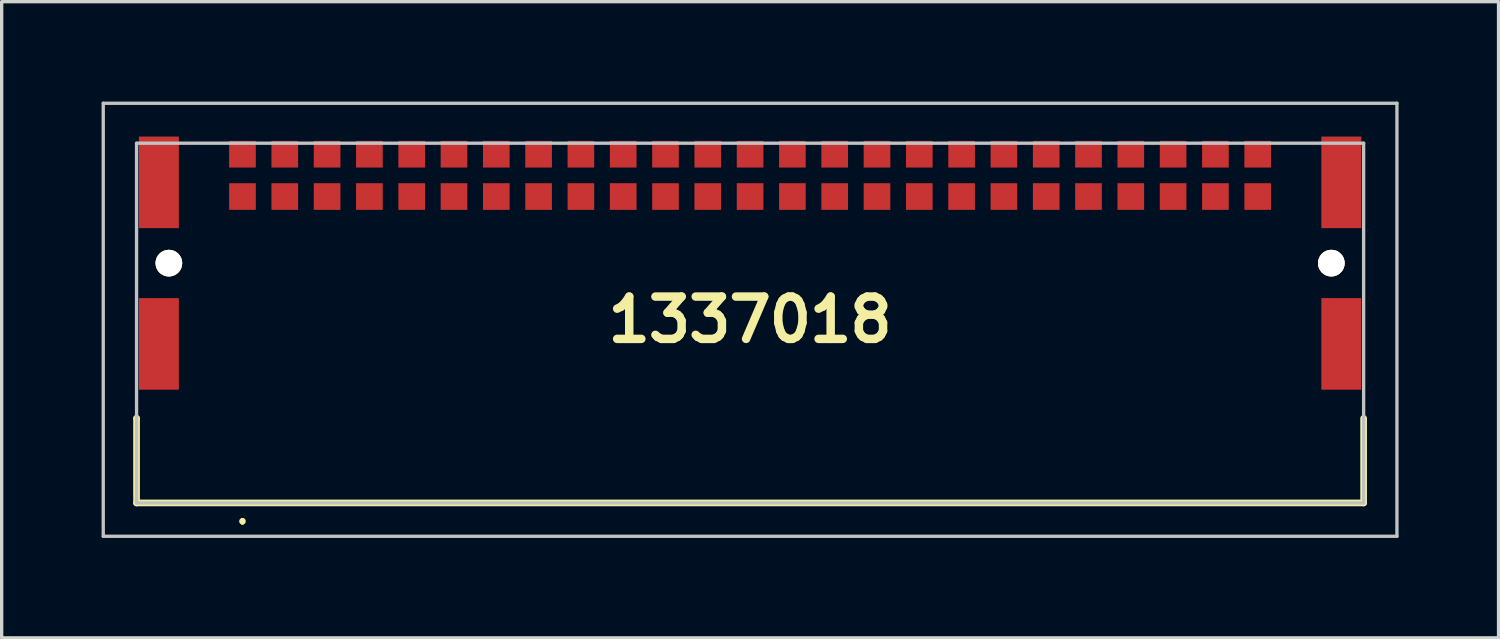
<source format=kicad_pcb>
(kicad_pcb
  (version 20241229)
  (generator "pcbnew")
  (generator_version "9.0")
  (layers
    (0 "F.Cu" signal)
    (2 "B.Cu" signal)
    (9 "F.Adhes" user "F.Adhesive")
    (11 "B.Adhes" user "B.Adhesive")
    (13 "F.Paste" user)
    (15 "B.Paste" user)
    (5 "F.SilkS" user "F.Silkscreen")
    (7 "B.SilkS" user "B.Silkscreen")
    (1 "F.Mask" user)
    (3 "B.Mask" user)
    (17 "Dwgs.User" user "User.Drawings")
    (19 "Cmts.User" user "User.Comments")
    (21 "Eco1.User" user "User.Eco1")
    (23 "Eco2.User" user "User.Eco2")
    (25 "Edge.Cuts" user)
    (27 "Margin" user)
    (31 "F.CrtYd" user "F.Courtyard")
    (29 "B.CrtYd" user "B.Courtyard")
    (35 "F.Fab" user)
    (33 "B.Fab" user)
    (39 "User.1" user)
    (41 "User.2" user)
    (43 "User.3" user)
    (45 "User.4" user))
  (footprint "1337018"
    (layer "F.Cu")
    (at 19.47 6.65)
    (property "Reference" "1337018" (at 0 -0.1 0) (unlocked yes) (layer "F.SilkS") (effects (font (size 1.27 1.27) (thickness 0.254))))
    (attr through_hole exclude_from_pos_files)
    (fp_line (start -18.42 2.86) (end -18.42 2.86) (stroke (width 0.2) (type solid)) (layer "F.SilkS"))
    (fp_line (start -18.42 2.86) (end -18.42 5.4) (stroke (width 0.2) (type solid)) (layer "F.SilkS"))
    (fp_line (start -18.42 5.4) (end 18.42 5.4) (stroke (width 0.2) (type solid)) (layer "F.SilkS"))
    (fp_line (start -15.24 5.9) (end -15.24 5.9) (stroke (width 0.1) (type solid)) (layer "F.SilkS"))
    (fp_line (start -15.24 6) (end -15.24 6) (stroke (width 0.1) (type solid)) (layer "F.SilkS"))
    (fp_line (start 18.42 5.4) (end 18.42 2.86) (stroke (width 0.2) (type solid)) (layer "F.SilkS"))
    (fp_arc (start -15.24 5.9) (mid -15.19 5.95) (end -15.24 6) (stroke (width 0.1) (type solid)) (layer "F.SilkS"))
    (fp_arc (start -15.24 6) (mid -15.29 5.95) (end -15.24 5.9) (stroke (width 0.1) (type solid)) (layer "F.SilkS"))
    (fp_line (start -19.42 -6.6) (end 19.42 -6.6) (stroke (width 0.1) (type solid)) (layer "Dwgs.User"))
    (fp_line (start -19.42 6.4) (end -19.42 -6.6) (stroke (width 0.1) (type solid)) (layer "Dwgs.User"))
    (fp_line (start -18.42 -5.4) (end 18.42 -5.4) (stroke (width 0.1) (type solid)) (layer "Dwgs.User"))
    (fp_line (start -18.42 5.4) (end -18.42 -5.4) (stroke (width 0.1) (type solid)) (layer "Dwgs.User"))
    (fp_line (start 18.42 -5.4) (end 18.42 5.4) (stroke (width 0.1) (type solid)) (layer "Dwgs.User"))
    (fp_line (start 18.42 5.4) (end -18.42 5.4) (stroke (width 0.1) (type solid)) (layer "Dwgs.User"))
    (fp_line (start 19.42 -6.6) (end 19.42 6.4) (stroke (width 0.1) (type solid)) (layer "Dwgs.User"))
    (fp_line (start 19.42 6.4) (end -19.42 6.4) (stroke (width 0.1) (type solid)) (layer "Dwgs.User"))
    (pad "A1" smd rect (at -15.24 -3.8 90) (size 0.8 0.8) (layers "F.Cu" "F.Mask" "F.Paste"))
    (pad "A2" smd rect (at -13.97 -3.8 90) (size 0.8 0.8) (layers "F.Cu" "F.Mask" "F.Paste"))
    (pad "A3" smd rect (at -12.7 -3.8 90) (size 0.8 0.8) (layers "F.Cu" "F.Mask" "F.Paste"))
    (pad "A4" smd rect (at -11.43 -3.8 90) (size 0.8 0.8) (layers "F.Cu" "F.Mask" "F.Paste"))
    (pad "A5" smd rect (at -10.16 -3.8 90) (size 0.8 0.8) (layers "F.Cu" "F.Mask" "F.Paste"))
    (pad "A6" smd rect (at -8.89 -3.8 90) (size 0.8 0.8) (layers "F.Cu" "F.Mask" "F.Paste"))
    (pad "A7" smd rect (at -7.62 -3.8 90) (size 0.8 0.8) (layers "F.Cu" "F.Mask" "F.Paste"))
    (pad "A8" smd rect (at -6.35 -3.8 90) (size 0.8 0.8) (layers "F.Cu" "F.Mask" "F.Paste"))
    (pad "A9" smd rect (at -5.08 -3.8 90) (size 0.8 0.8) (layers "F.Cu" "F.Mask" "F.Paste"))
    (pad "A10" smd rect (at -3.81 -3.8 90) (size 0.8 0.8) (layers "F.Cu" "F.Mask" "F.Paste"))
    (pad "A11" smd rect (at -2.54 -3.8 90) (size 0.8 0.8) (layers "F.Cu" "F.Mask" "F.Paste"))
    (pad "A12" smd rect (at -1.27 -3.8 90) (size 0.8 0.8) (layers "F.Cu" "F.Mask" "F.Paste"))
    (pad "A13" smd rect (at 0 -3.8 90) (size 0.8 0.8) (layers "F.Cu" "F.Mask" "F.Paste"))
    (pad "A14" smd rect (at 1.27 -3.8 90) (size 0.8 0.8) (layers "F.Cu" "F.Mask" "F.Paste"))
    (pad "A15" smd rect (at 2.54 -3.8 90) (size 0.8 0.8) (layers "F.Cu" "F.Mask" "F.Paste"))
    (pad "A16" smd rect (at 3.81 -3.8 90) (size 0.8 0.8) (layers "F.Cu" "F.Mask" "F.Paste"))
    (pad "A17" smd rect (at 5.08 -3.8 90) (size 0.8 0.8) (layers "F.Cu" "F.Mask" "F.Paste"))
    (pad "A18" smd rect (at 6.35 -3.8 90) (size 0.8 0.8) (layers "F.Cu" "F.Mask" "F.Paste"))
    (pad "A19" smd rect (at 7.62 -3.8 90) (size 0.8 0.8) (layers "F.Cu" "F.Mask" "F.Paste"))
    (pad "A20" smd rect (at 8.89 -3.8 90) (size 0.8 0.8) (layers "F.Cu" "F.Mask" "F.Paste"))
    (pad "A21" smd rect (at 10.16 -3.8 90) (size 0.8 0.8) (layers "F.Cu" "F.Mask" "F.Paste"))
    (pad "A22" smd rect (at 11.43 -3.8 90) (size 0.8 0.8) (layers "F.Cu" "F.Mask" "F.Paste"))
    (pad "A23" smd rect (at 12.7 -3.8 90) (size 0.8 0.8) (layers "F.Cu" "F.Mask" "F.Paste"))
    (pad "A24" smd rect (at 13.97 -3.8 90) (size 0.8 0.8) (layers "F.Cu" "F.Mask" "F.Paste"))
    (pad "A25" smd rect (at 15.24 -3.8 90) (size 0.8 0.8) (layers "F.Cu" "F.Mask" "F.Paste"))
    (pad "B1" smd rect (at -15.24 -5.07 90) (size 0.8 0.8) (layers "F.Cu" "F.Mask" "F.Paste"))
    (pad "B2" smd rect (at -13.97 -5.07 90) (size 0.8 0.8) (layers "F.Cu" "F.Mask" "F.Paste"))
    (pad "B3" smd rect (at -12.7 -5.07 90) (size 0.8 0.8) (layers "F.Cu" "F.Mask" "F.Paste"))
    (pad "B4" smd rect (at -11.43 -5.07 90) (size 0.8 0.8) (layers "F.Cu" "F.Mask" "F.Paste"))
    (pad "B5" smd rect (at -10.16 -5.07 90) (size 0.8 0.8) (layers "F.Cu" "F.Mask" "F.Paste"))
    (pad "B6" smd rect (at -8.89 -5.07 90) (size 0.8 0.8) (layers "F.Cu" "F.Mask" "F.Paste"))
    (pad "B7" smd rect (at -7.62 -5.07 90) (size 0.8 0.8) (layers "F.Cu" "F.Mask" "F.Paste"))
    (pad "B8" smd rect (at -6.35 -5.07 90) (size 0.8 0.8) (layers "F.Cu" "F.Mask" "F.Paste"))
    (pad "B9" smd rect (at -5.08 -5.07 90) (size 0.8 0.8) (layers "F.Cu" "F.Mask" "F.Paste"))
    (pad "B10" smd rect (at -3.81 -5.07 90) (size 0.8 0.8) (layers "F.Cu" "F.Mask" "F.Paste"))
    (pad "B11" smd rect (at -2.54 -5.07 90) (size 0.8 0.8) (layers "F.Cu" "F.Mask" "F.Paste"))
    (pad "B12" smd rect (at -1.27 -5.07 90) (size 0.8 0.8) (layers "F.Cu" "F.Mask" "F.Paste"))
    (pad "B13" smd rect (at 0 -5.07 90) (size 0.8 0.8) (layers "F.Cu" "F.Mask" "F.Paste"))
    (pad "B14" smd rect (at 1.27 -5.07 90) (size 0.8 0.8) (layers "F.Cu" "F.Mask" "F.Paste"))
    (pad "B15" smd rect (at 2.54 -5.07 90) (size 0.8 0.8) (layers "F.Cu" "F.Mask" "F.Paste"))
    (pad "B16" smd rect (at 3.81 -5.07 90) (size 0.8 0.8) (layers "F.Cu" "F.Mask" "F.Paste"))
    (pad "B17" smd rect (at 5.08 -5.07 90) (size 0.8 0.8) (layers "F.Cu" "F.Mask" "F.Paste"))
    (pad "B18" smd rect (at 6.35 -5.07 90) (size 0.8 0.8) (layers "F.Cu" "F.Mask" "F.Paste"))
    (pad "B19" smd rect (at 7.62 -5.07 90) (size 0.8 0.8) (layers "F.Cu" "F.Mask" "F.Paste"))
    (pad "B20" smd rect (at 8.89 -5.07 90) (size 0.8 0.8) (layers "F.Cu" "F.Mask" "F.Paste"))
    (pad "B21" smd rect (at 10.16 -5.07 90) (size 0.8 0.8) (layers "F.Cu" "F.Mask" "F.Paste"))
    (pad "B22" smd rect (at 11.43 -5.07 90) (size 0.8 0.8) (layers "F.Cu" "F.Mask" "F.Paste"))
    (pad "B23" smd rect (at 12.7 -5.07 90) (size 0.8 0.8) (layers "F.Cu" "F.Mask" "F.Paste"))
    (pad "B24" smd rect (at 13.97 -5.07 90) (size 0.8 0.8) (layers "F.Cu" "F.Mask" "F.Paste"))
    (pad "B25" smd rect (at 15.24 -5.07 90) (size 0.8 0.8) (layers "F.Cu" "F.Mask" "F.Paste"))
    (pad "MH1" thru_hole circle (at -17.45 -1.8 90) (size 0.8 0.8) (drill 1.6) (layers "*.Cu" "*.Mask" "F.SilkS"))
    (pad "MH2" thru_hole circle (at 17.45 -1.8 90) (size 0.8 0.8) (drill 1.6) (layers "*.Cu" "*.Mask" "F.SilkS"))
    (pad "MP1" smd rect (at -17.75 -4.225) (size 1.2 2.75) (layers "F.Cu" "F.Mask" "F.Paste"))
    (pad "MP2" smd rect (at -17.75 0.625) (size 1.2 2.75) (layers "F.Cu" "F.Mask" "F.Paste"))
    (pad "MP3" smd rect (at 17.75 0.625) (size 1.2 2.75) (layers "F.Cu" "F.Mask" "F.Paste"))
    (pad "MP4" smd rect (at 17.75 -4.225) (size 1.2 2.75) (layers "F.Cu" "F.Mask" "F.Paste")))
  (gr_rect
    (start -3 -3)
    (end 41.94 16.1)
    (stroke (width 0.1) (type default))
    (fill no)
    (layer "Edge.Cuts")))
</source>
